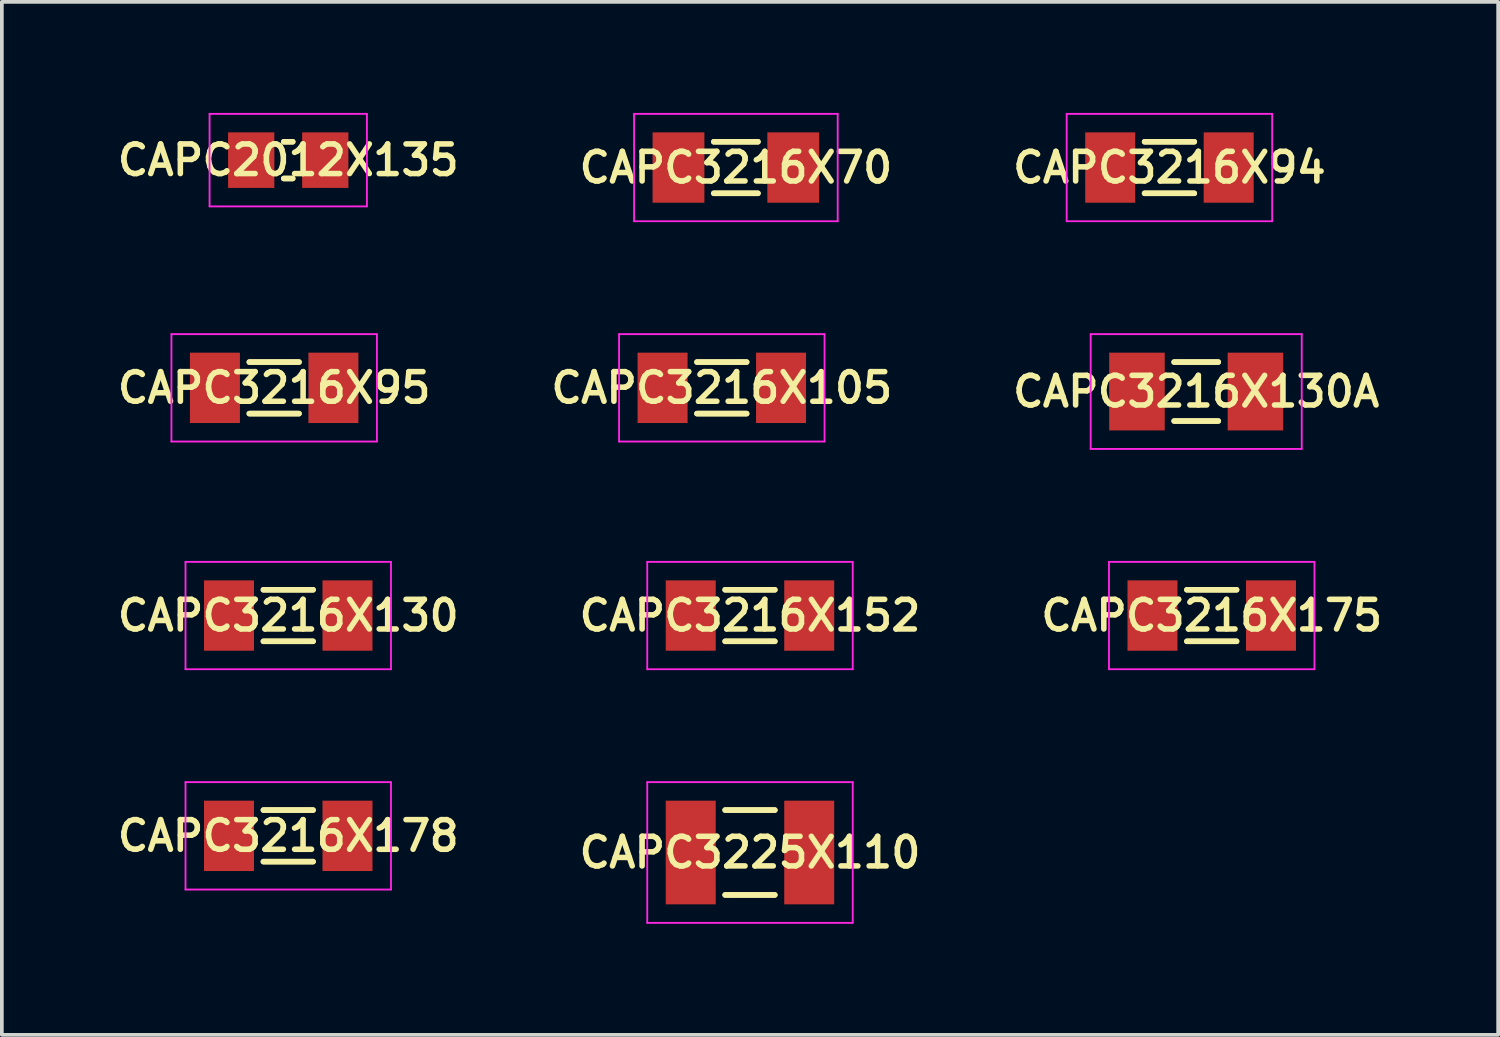
<source format=kicad_pcb>
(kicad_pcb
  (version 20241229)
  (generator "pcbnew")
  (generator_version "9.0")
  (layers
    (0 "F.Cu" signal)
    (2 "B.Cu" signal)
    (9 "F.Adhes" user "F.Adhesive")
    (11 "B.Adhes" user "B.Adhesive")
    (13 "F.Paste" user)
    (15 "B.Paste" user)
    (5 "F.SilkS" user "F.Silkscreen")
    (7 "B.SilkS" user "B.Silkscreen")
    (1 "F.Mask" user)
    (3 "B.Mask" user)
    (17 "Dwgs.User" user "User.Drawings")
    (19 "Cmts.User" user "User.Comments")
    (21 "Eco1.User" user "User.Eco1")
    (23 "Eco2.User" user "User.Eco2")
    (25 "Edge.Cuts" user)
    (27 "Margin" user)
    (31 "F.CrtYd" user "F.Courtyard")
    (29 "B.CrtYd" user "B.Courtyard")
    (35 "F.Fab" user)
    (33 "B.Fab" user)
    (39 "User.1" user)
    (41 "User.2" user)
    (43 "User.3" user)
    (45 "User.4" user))
  (footprint "CAPC3216X178"
    (layer "F.Cu")
    (at 4.735 19.525)
    (property "Reference" "CAPC3216X178" (at 0 0 0) (layer "F.SilkS") (effects (font (size 0.8 0.8) (thickness 0.15))))
    (attr smd)
    (fp_line (start -0.671 -0.696) (end 0.671 -0.696) (stroke (width 0.15) (type solid)) (layer "F.SilkS"))
    (fp_line (start -0.671 0.696) (end 0.671 0.696) (stroke (width 0.15) (type solid)) (layer "F.SilkS"))
    (fp_line (start 0.671 -0.696) (end -0.671 -0.696) (stroke (width 0.15) (type solid)) (layer "F.SilkS"))
    (fp_line (start 0.671 0.696) (end -0.671 0.696) (stroke (width 0.15) (type solid)) (layer "F.SilkS"))
    (fp_line (start -2.775 -1.45) (end 2.775 -1.45) (stroke (width 0.05) (type solid)) (layer "F.CrtYd"))
    (fp_line (start -2.775 1.45) (end -2.775 -1.45) (stroke (width 0.05) (type solid)) (layer "F.CrtYd"))
    (fp_line (start 2.775 -1.45) (end 2.775 1.45) (stroke (width 0.05) (type solid)) (layer "F.CrtYd"))
    (fp_line (start 2.775 1.45) (end -2.775 1.45) (stroke (width 0.05) (type solid)) (layer "F.CrtYd"))
    (pad "1" smd rect (at -1.6 0) (size 1.35 1.9) (layers "F.Cu" "F.Mask" "F.Paste"))
    (pad "2" smd rect (at 1.6 0) (size 1.35 1.9) (layers "F.Cu" "F.Mask" "F.Paste")))
  (footprint "CAPC3216X105"
    (layer "F.Cu")
    (at 16.445 7.425)
    (property "Reference" "CAPC3216X105" (at 0 0 0) (layer "F.SilkS") (effects (font (size 0.8 0.8) (thickness 0.15))))
    (attr smd)
    (fp_line (start -0.671 -0.696) (end 0.671 -0.696) (stroke (width 0.15) (type solid)) (layer "F.SilkS"))
    (fp_line (start -0.671 0.696) (end 0.671 0.696) (stroke (width 0.15) (type solid)) (layer "F.SilkS"))
    (fp_line (start 0.671 -0.696) (end -0.671 -0.696) (stroke (width 0.15) (type solid)) (layer "F.SilkS"))
    (fp_line (start 0.671 0.696) (end -0.671 0.696) (stroke (width 0.15) (type solid)) (layer "F.SilkS"))
    (fp_line (start -2.775 -1.45) (end 2.775 -1.45) (stroke (width 0.05) (type solid)) (layer "F.CrtYd"))
    (fp_line (start -2.775 1.45) (end -2.775 -1.45) (stroke (width 0.05) (type solid)) (layer "F.CrtYd"))
    (fp_line (start 2.775 -1.45) (end 2.775 1.45) (stroke (width 0.05) (type solid)) (layer "F.CrtYd"))
    (fp_line (start 2.775 1.45) (end -2.775 1.45) (stroke (width 0.05) (type solid)) (layer "F.CrtYd"))
    (pad "1" smd rect (at -1.6 0) (size 1.35 1.9) (layers "F.Cu" "F.Mask" "F.Paste"))
    (pad "2" smd rect (at 1.6 0) (size 1.35 1.9) (layers "F.Cu" "F.Mask" "F.Paste")))
  (footprint "CAPC3216X95"
    (layer "F.Cu")
    (at 4.355 7.425)
    (property "Reference" "CAPC3216X95" (at 0 0 0) (layer "F.SilkS") (effects (font (size 0.8 0.8) (thickness 0.15))))
    (attr smd)
    (fp_line (start -0.671 -0.696) (end 0.671 -0.696) (stroke (width 0.15) (type solid)) (layer "F.SilkS"))
    (fp_line (start -0.671 0.696) (end 0.671 0.696) (stroke (width 0.15) (type solid)) (layer "F.SilkS"))
    (fp_line (start 0.671 -0.696) (end -0.671 -0.696) (stroke (width 0.15) (type solid)) (layer "F.SilkS"))
    (fp_line (start 0.671 0.696) (end -0.671 0.696) (stroke (width 0.15) (type solid)) (layer "F.SilkS"))
    (fp_line (start -2.775 -1.45) (end 2.775 -1.45) (stroke (width 0.05) (type solid)) (layer "F.CrtYd"))
    (fp_line (start -2.775 1.45) (end -2.775 -1.45) (stroke (width 0.05) (type solid)) (layer "F.CrtYd"))
    (fp_line (start 2.775 -1.45) (end 2.775 1.45) (stroke (width 0.05) (type solid)) (layer "F.CrtYd"))
    (fp_line (start 2.775 1.45) (end -2.775 1.45) (stroke (width 0.05) (type solid)) (layer "F.CrtYd"))
    (pad "1" smd rect (at -1.6 0) (size 1.35 1.9) (layers "F.Cu" "F.Mask" "F.Paste"))
    (pad "2" smd rect (at 1.6 0) (size 1.35 1.9) (layers "F.Cu" "F.Mask" "F.Paste")))
  (footprint "CAPC3216X152"
    (layer "F.Cu")
    (at 17.206 13.575)
    (property "Reference" "CAPC3216X152" (at 0 0 0) (layer "F.SilkS") (effects (font (size 0.8 0.8) (thickness 0.15))))
    (attr smd)
    (fp_line (start -0.671 -0.696) (end 0.671 -0.696) (stroke (width 0.15) (type solid)) (layer "F.SilkS"))
    (fp_line (start -0.671 0.696) (end 0.671 0.696) (stroke (width 0.15) (type solid)) (layer "F.SilkS"))
    (fp_line (start 0.671 -0.696) (end -0.671 -0.696) (stroke (width 0.15) (type solid)) (layer "F.SilkS"))
    (fp_line (start 0.671 0.696) (end -0.671 0.696) (stroke (width 0.15) (type solid)) (layer "F.SilkS"))
    (fp_line (start -2.775 -1.45) (end 2.775 -1.45) (stroke (width 0.05) (type solid)) (layer "F.CrtYd"))
    (fp_line (start -2.775 1.45) (end -2.775 -1.45) (stroke (width 0.05) (type solid)) (layer "F.CrtYd"))
    (fp_line (start 2.775 -1.45) (end 2.775 1.45) (stroke (width 0.05) (type solid)) (layer "F.CrtYd"))
    (fp_line (start 2.775 1.45) (end -2.775 1.45) (stroke (width 0.05) (type solid)) (layer "F.CrtYd"))
    (pad "1" smd rect (at -1.6 0) (size 1.35 1.9) (layers "F.Cu" "F.Mask" "F.Paste"))
    (pad "2" smd rect (at 1.6 0) (size 1.35 1.9) (layers "F.Cu" "F.Mask" "F.Paste")))
  (footprint "CAPC2012X135"
    (layer "F.Cu")
    (at 4.735 1.275)
    (property "Reference" "CAPC2012X135" (at 0 0 0) (layer "F.SilkS") (effects (font (size 0.8 0.8) (thickness 0.15))))
    (attr smd)
    (fp_line (start -0.121 -0.496) (end 0.121 -0.496) (stroke (width 0.15) (type solid)) (layer "F.SilkS"))
    (fp_line (start -0.121 0.496) (end 0.121 0.496) (stroke (width 0.15) (type solid)) (layer "F.SilkS"))
    (fp_line (start 0.121 -0.496) (end -0.121 -0.496) (stroke (width 0.15) (type solid)) (layer "F.SilkS"))
    (fp_line (start 0.121 0.496) (end -0.121 0.496) (stroke (width 0.15) (type solid)) (layer "F.SilkS"))
    (fp_line (start -2.125 -1.25) (end 2.125 -1.25) (stroke (width 0.05) (type solid)) (layer "F.CrtYd"))
    (fp_line (start -2.125 1.25) (end -2.125 -1.25) (stroke (width 0.05) (type solid)) (layer "F.CrtYd"))
    (fp_line (start 2.125 -1.25) (end 2.125 1.25) (stroke (width 0.05) (type solid)) (layer "F.CrtYd"))
    (fp_line (start 2.125 1.25) (end -2.125 1.25) (stroke (width 0.05) (type solid)) (layer "F.CrtYd"))
    (pad "1" smd rect (at -1 0) (size 1.25 1.5) (layers "F.Cu" "F.Mask" "F.Paste"))
    (pad "2" smd rect (at 1 0) (size 1.25 1.5) (layers "F.Cu" "F.Mask" "F.Paste")))
  (footprint "CAPC3216X130A"
    (layer "F.Cu")
    (at 29.258 7.525)
    (property "Reference" "CAPC3216X130A" (at 0 0 0) (layer "F.SilkS") (effects (font (size 0.8 0.8) (thickness 0.15))))
    (attr smd)
    (fp_line (start -0.596 -0.796) (end 0.596 -0.796) (stroke (width 0.15) (type solid)) (layer "F.SilkS"))
    (fp_line (start -0.596 0.796) (end 0.596 0.796) (stroke (width 0.15) (type solid)) (layer "F.SilkS"))
    (fp_line (start 0.596 -0.796) (end -0.596 -0.796) (stroke (width 0.15) (type solid)) (layer "F.SilkS"))
    (fp_line (start 0.596 0.796) (end -0.596 0.796) (stroke (width 0.15) (type solid)) (layer "F.SilkS"))
    (fp_line (start -2.85 -1.55) (end 2.85 -1.55) (stroke (width 0.05) (type solid)) (layer "F.CrtYd"))
    (fp_line (start -2.85 1.55) (end -2.85 -1.55) (stroke (width 0.05) (type solid)) (layer "F.CrtYd"))
    (fp_line (start 2.85 -1.55) (end 2.85 1.55) (stroke (width 0.05) (type solid)) (layer "F.CrtYd"))
    (fp_line (start 2.85 1.55) (end -2.85 1.55) (stroke (width 0.05) (type solid)) (layer "F.CrtYd"))
    (pad "1" smd rect (at -1.6 0) (size 1.5 2.1) (layers "F.Cu" "F.Mask" "F.Paste"))
    (pad "2" smd rect (at 1.6 0) (size 1.5 2.1) (layers "F.Cu" "F.Mask" "F.Paste")))
  (footprint "CAPC3225X110"
    (layer "F.Cu")
    (at 17.206 19.975)
    (property "Reference" "CAPC3225X110" (at 0 0 0) (layer "F.SilkS") (effects (font (size 0.8 0.8) (thickness 0.15))))
    (attr smd)
    (fp_line (start -0.671 -1.146) (end 0.671 -1.146) (stroke (width 0.15) (type solid)) (layer "F.SilkS"))
    (fp_line (start -0.671 1.146) (end 0.671 1.146) (stroke (width 0.15) (type solid)) (layer "F.SilkS"))
    (fp_line (start 0.671 -1.146) (end -0.671 -1.146) (stroke (width 0.15) (type solid)) (layer "F.SilkS"))
    (fp_line (start 0.671 1.146) (end -0.671 1.146) (stroke (width 0.15) (type solid)) (layer "F.SilkS"))
    (fp_line (start -2.775 -1.9) (end 2.775 -1.9) (stroke (width 0.05) (type solid)) (layer "F.CrtYd"))
    (fp_line (start -2.775 1.9) (end -2.775 -1.9) (stroke (width 0.05) (type solid)) (layer "F.CrtYd"))
    (fp_line (start 2.775 -1.9) (end 2.775 1.9) (stroke (width 0.05) (type solid)) (layer "F.CrtYd"))
    (fp_line (start 2.775 1.9) (end -2.775 1.9) (stroke (width 0.05) (type solid)) (layer "F.CrtYd"))
    (pad "1" smd rect (at -1.6 0) (size 1.35 2.8) (layers "F.Cu" "F.Mask" "F.Paste"))
    (pad "2" smd rect (at 1.6 0) (size 1.35 2.8) (layers "F.Cu" "F.Mask" "F.Paste")))
  (footprint "CAPC3216X175"
    (layer "F.Cu")
    (at 29.677 13.575)
    (property "Reference" "CAPC3216X175" (at 0 0 0) (layer "F.SilkS") (effects (font (size 0.8 0.8) (thickness 0.15))))
    (attr smd)
    (fp_line (start -0.671 -0.696) (end 0.671 -0.696) (stroke (width 0.15) (type solid)) (layer "F.SilkS"))
    (fp_line (start -0.671 0.696) (end 0.671 0.696) (stroke (width 0.15) (type solid)) (layer "F.SilkS"))
    (fp_line (start 0.671 -0.696) (end -0.671 -0.696) (stroke (width 0.15) (type solid)) (layer "F.SilkS"))
    (fp_line (start 0.671 0.696) (end -0.671 0.696) (stroke (width 0.15) (type solid)) (layer "F.SilkS"))
    (fp_line (start -2.775 -1.45) (end 2.775 -1.45) (stroke (width 0.05) (type solid)) (layer "F.CrtYd"))
    (fp_line (start -2.775 1.45) (end -2.775 -1.45) (stroke (width 0.05) (type solid)) (layer "F.CrtYd"))
    (fp_line (start 2.775 -1.45) (end 2.775 1.45) (stroke (width 0.05) (type solid)) (layer "F.CrtYd"))
    (fp_line (start 2.775 1.45) (end -2.775 1.45) (stroke (width 0.05) (type solid)) (layer "F.CrtYd"))
    (pad "1" smd rect (at -1.6 0) (size 1.35 1.9) (layers "F.Cu" "F.Mask" "F.Paste"))
    (pad "2" smd rect (at 1.6 0) (size 1.35 1.9) (layers "F.Cu" "F.Mask" "F.Paste")))
  (footprint "CAPC3216X130"
    (layer "F.Cu")
    (at 4.735 13.575)
    (property "Reference" "CAPC3216X130" (at 0 0 0) (layer "F.SilkS") (effects (font (size 0.8 0.8) (thickness 0.15))))
    (attr smd)
    (fp_line (start -0.671 -0.696) (end 0.671 -0.696) (stroke (width 0.15) (type solid)) (layer "F.SilkS"))
    (fp_line (start -0.671 0.696) (end 0.671 0.696) (stroke (width 0.15) (type solid)) (layer "F.SilkS"))
    (fp_line (start 0.671 -0.696) (end -0.671 -0.696) (stroke (width 0.15) (type solid)) (layer "F.SilkS"))
    (fp_line (start 0.671 0.696) (end -0.671 0.696) (stroke (width 0.15) (type solid)) (layer "F.SilkS"))
    (fp_line (start -2.775 -1.45) (end 2.775 -1.45) (stroke (width 0.05) (type solid)) (layer "F.CrtYd"))
    (fp_line (start -2.775 1.45) (end -2.775 -1.45) (stroke (width 0.05) (type solid)) (layer "F.CrtYd"))
    (fp_line (start 2.775 -1.45) (end 2.775 1.45) (stroke (width 0.05) (type solid)) (layer "F.CrtYd"))
    (fp_line (start 2.775 1.45) (end -2.775 1.45) (stroke (width 0.05) (type solid)) (layer "F.CrtYd"))
    (pad "1" smd rect (at -1.6 0) (size 1.35 1.9) (layers "F.Cu" "F.Mask" "F.Paste"))
    (pad "2" smd rect (at 1.6 0) (size 1.35 1.9) (layers "F.Cu" "F.Mask" "F.Paste")))
  (footprint "CAPC3216X70"
    (layer "F.Cu")
    (at 16.825 1.475)
    (property "Reference" "CAPC3216X70" (at 0 0 0) (layer "F.SilkS") (effects (font (size 0.8 0.8) (thickness 0.15))))
    (attr smd)
    (fp_line (start -0.596 -0.696) (end 0.596 -0.696) (stroke (width 0.15) (type solid)) (layer "F.SilkS"))
    (fp_line (start -0.596 0.696) (end 0.596 0.696) (stroke (width 0.15) (type solid)) (layer "F.SilkS"))
    (fp_line (start 0.596 -0.696) (end -0.596 -0.696) (stroke (width 0.15) (type solid)) (layer "F.SilkS"))
    (fp_line (start 0.596 0.696) (end -0.596 0.696) (stroke (width 0.15) (type solid)) (layer "F.SilkS"))
    (fp_line (start -2.75 -1.45) (end 2.75 -1.45) (stroke (width 0.05) (type solid)) (layer "F.CrtYd"))
    (fp_line (start -2.75 1.45) (end -2.75 -1.45) (stroke (width 0.05) (type solid)) (layer "F.CrtYd"))
    (fp_line (start 2.75 -1.45) (end 2.75 1.45) (stroke (width 0.05) (type solid)) (layer "F.CrtYd"))
    (fp_line (start 2.75 1.45) (end -2.75 1.45) (stroke (width 0.05) (type solid)) (layer "F.CrtYd"))
    (pad "1" smd rect (at -1.55 0) (size 1.4 1.9) (layers "F.Cu" "F.Mask" "F.Paste"))
    (pad "2" smd rect (at 1.55 0) (size 1.4 1.9) (layers "F.Cu" "F.Mask" "F.Paste")))
  (footprint "CAPC3216X94"
    (layer "F.Cu")
    (at 28.535 1.475)
    (property "Reference" "CAPC3216X94" (at 0 0 0) (layer "F.SilkS") (effects (font (size 0.8 0.8) (thickness 0.15))))
    (attr smd)
    (fp_line (start -0.671 -0.696) (end 0.671 -0.696) (stroke (width 0.15) (type solid)) (layer "F.SilkS"))
    (fp_line (start -0.671 0.696) (end 0.671 0.696) (stroke (width 0.15) (type solid)) (layer "F.SilkS"))
    (fp_line (start 0.671 -0.696) (end -0.671 -0.696) (stroke (width 0.15) (type solid)) (layer "F.SilkS"))
    (fp_line (start 0.671 0.696) (end -0.671 0.696) (stroke (width 0.15) (type solid)) (layer "F.SilkS"))
    (fp_line (start -2.775 -1.45) (end 2.775 -1.45) (stroke (width 0.05) (type solid)) (layer "F.CrtYd"))
    (fp_line (start -2.775 1.45) (end -2.775 -1.45) (stroke (width 0.05) (type solid)) (layer "F.CrtYd"))
    (fp_line (start 2.775 -1.45) (end 2.775 1.45) (stroke (width 0.05) (type solid)) (layer "F.CrtYd"))
    (fp_line (start 2.775 1.45) (end -2.775 1.45) (stroke (width 0.05) (type solid)) (layer "F.CrtYd"))
    (pad "1" smd rect (at -1.6 0) (size 1.35 1.9) (layers "F.Cu" "F.Mask" "F.Paste"))
    (pad "2" smd rect (at 1.6 0) (size 1.35 1.9) (layers "F.Cu" "F.Mask" "F.Paste")))
  (gr_rect
    (start -3 -3)
    (end 37.413 24.9)
    (stroke (width 0.1) (type default))
    (fill no)
    (layer "Edge.Cuts")))
</source>
